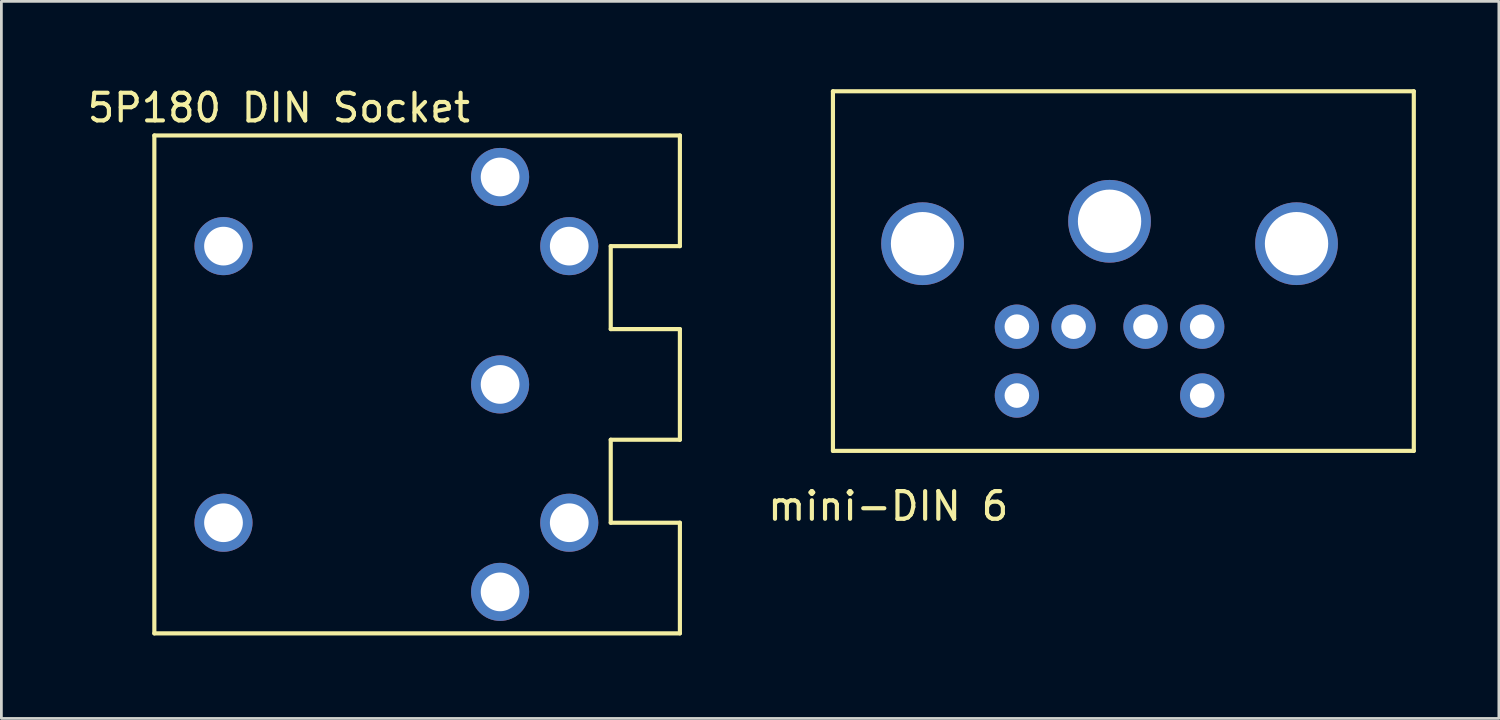
<source format=kicad_pcb>
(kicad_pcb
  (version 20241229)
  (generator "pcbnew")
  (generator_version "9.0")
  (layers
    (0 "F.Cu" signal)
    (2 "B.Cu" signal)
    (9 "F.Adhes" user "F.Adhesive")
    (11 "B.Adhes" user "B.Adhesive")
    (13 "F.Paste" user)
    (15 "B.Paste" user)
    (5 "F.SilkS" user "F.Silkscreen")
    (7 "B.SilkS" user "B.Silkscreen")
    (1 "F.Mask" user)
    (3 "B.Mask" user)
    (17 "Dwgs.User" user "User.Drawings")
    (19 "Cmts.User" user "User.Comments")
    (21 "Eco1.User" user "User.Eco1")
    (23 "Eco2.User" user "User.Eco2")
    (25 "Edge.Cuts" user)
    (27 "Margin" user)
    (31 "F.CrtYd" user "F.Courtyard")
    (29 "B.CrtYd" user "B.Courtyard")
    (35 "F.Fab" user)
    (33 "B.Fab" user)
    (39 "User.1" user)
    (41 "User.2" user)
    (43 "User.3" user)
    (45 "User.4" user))
  (footprint "5P180 DIN Socket"
    (layer "F.Cu")
    (at 10.03 10.848)
    (property "Reference" "5P180 DIN Socket" (at -3 -10 0) (layer "F.SilkS") (effects (font (size 1 1) (thickness 0.15))))
    (attr through_hole)
    (fp_line (start -7.5 -9) (end 11.5 -9) (stroke (width 0.15) (type solid)) (layer "F.SilkS"))
    (fp_line (start -7.5 9) (end -7.5 -9) (stroke (width 0.15) (type solid)) (layer "F.SilkS"))
    (fp_line (start 9 -5) (end 9 -2) (stroke (width 0.15) (type solid)) (layer "F.SilkS"))
    (fp_line (start 9 -2) (end 11.5 -2) (stroke (width 0.15) (type solid)) (layer "F.SilkS"))
    (fp_line (start 9 2) (end 9 5) (stroke (width 0.15) (type solid)) (layer "F.SilkS"))
    (fp_line (start 9 5) (end 11.5 5) (stroke (width 0.15) (type solid)) (layer "F.SilkS"))
    (fp_line (start 11.5 -9) (end 11.5 -5) (stroke (width 0.15) (type solid)) (layer "F.SilkS"))
    (fp_line (start 11.5 -5) (end 9 -5) (stroke (width 0.15) (type solid)) (layer "F.SilkS"))
    (fp_line (start 11.5 -2) (end 11.5 2) (stroke (width 0.15) (type solid)) (layer "F.SilkS"))
    (fp_line (start 11.5 2) (end 9 2) (stroke (width 0.15) (type solid)) (layer "F.SilkS"))
    (fp_line (start 11.5 5) (end 11.5 9) (stroke (width 0.15) (type solid)) (layer "F.SilkS"))
    (fp_line (start 11.5 9) (end -7.5 9) (stroke (width 0.15) (type solid)) (layer "F.SilkS"))
    (pad "1" thru_hole circle (at 5 7.5) (size 2.1 2.1) (drill 1.4) (layers "*.Cu" "*.Mask"))
    (pad "2" thru_hole circle (at 5 0) (size 2.1 2.1) (drill 1.4) (layers "*.Cu" "*.Mask"))
    (pad "3" thru_hole circle (at 5 -7.5) (size 2.1 2.1) (drill 1.4) (layers "*.Cu" "*.Mask"))
    (pad "4" thru_hole circle (at 7.5 5) (size 2.1 2.1) (drill 1.4) (layers "*.Cu" "*.Mask"))
    (pad "5" thru_hole circle (at 7.5 -5) (size 2.1 2.1) (drill 1.4) (layers "*.Cu" "*.Mask"))
    (pad "6" thru_hole circle (at -5 -5) (size 2.1 2.1) (drill 1.4) (layers "*.Cu" "*.Mask"))
    (pad "7" thru_hole circle (at -5 5) (size 2.1 2.1) (drill 1.4) (layers "*.Cu" "*.Mask")))
  (footprint "mini-DIN 6"
    (layer "F.Cu")
    (at 37.063 0.25)
    (property "Reference" "mini-DIN 6" (at -8 15 0) (layer "F.SilkS") (effects (font (size 1 1) (thickness 0.15))))
    (attr through_hole)
    (fp_line (start -10 0) (end -10 13) (stroke (width 0.15) (type solid)) (layer "F.SilkS"))
    (fp_line (start -10 13) (end 11 13) (stroke (width 0.15) (type solid)) (layer "F.SilkS"))
    (fp_line (start 11 0) (end -10 0) (stroke (width 0.15) (type solid)) (layer "F.SilkS"))
    (fp_line (start 11 13) (end 11 0) (stroke (width 0.15) (type solid)) (layer "F.SilkS"))
    (pad "1" thru_hole circle (at 1.3 8.51) (size 1.6 1.6) (drill 0.89) (layers "*.Cu" "*.Mask"))
    (pad "2" thru_hole circle (at -1.3 8.51) (size 1.6 1.6) (drill 0.89) (layers "*.Cu" "*.Mask"))
    (pad "3" thru_hole circle (at 3.35 8.51) (size 1.6 1.6) (drill 0.89) (layers "*.Cu" "*.Mask"))
    (pad "4" thru_hole circle (at -3.35 8.51) (size 1.6 1.6) (drill 0.89) (layers "*.Cu" "*.Mask"))
    (pad "5" thru_hole circle (at 3.35 11) (size 1.6 1.6) (drill 0.89) (layers "*.Cu" "*.Mask"))
    (pad "6" thru_hole circle (at -3.35 11) (size 1.6 1.6) (drill 0.89) (layers "*.Cu" "*.Mask"))
    (pad "7" thru_hole circle (at -6.76 5.51) (size 2.99 2.99) (drill 2.29) (layers "*.Cu" "*.Mask"))
    (pad "8" thru_hole circle (at 0 4.7) (size 2.99 2.99) (drill 2.29) (layers "*.Cu" "*.Mask"))
    (pad "9" thru_hole circle (at 6.76 5.51) (size 2.99 2.99) (drill 2.29) (layers "*.Cu" "*.Mask")))
  (gr_rect
    (start -3 -3)
    (end 51.138 22.923)
    (stroke (width 0.1) (type default))
    (fill no)
    (layer "Edge.Cuts")))
</source>
